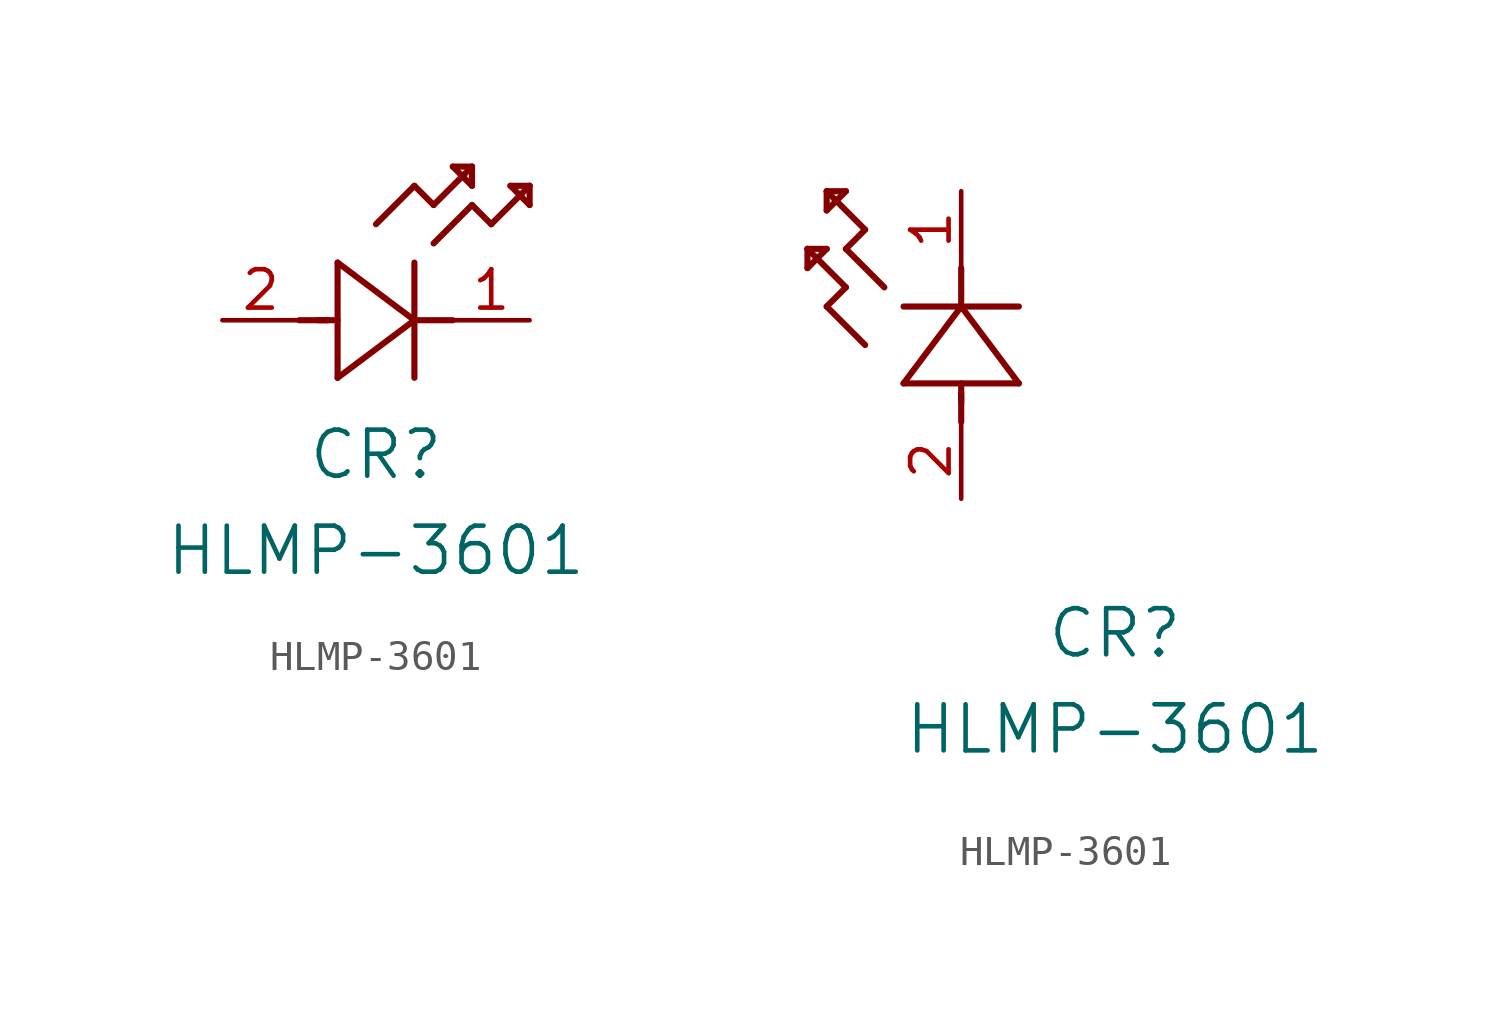
<source format=kicad_sym>
(kicad_symbol_lib
  (version 20211014)
  (generator kicad_symbol_editor)
  (symbol "HLMP-3601"
    (pin_names
      (offset 0.254))
    (property "Reference" "CR"
      (at 5.08 -4.445 0)
      (effects (font (size 1.524 1.524))))
    (property "Value" "HLMP-3601"
      (at 5.08 -7.62 0)
      (effects (font (size 1.524 1.524))))
    (symbol "HLMP-3601_1_1"
      (polyline (pts (xy 2.54 0) (xy 3.48 0)) (stroke (width 0.203) (type default) (color 0 0 0 0)) (fill (type none)))
      (polyline (pts (xy 3.81 1.905) (xy 3.81 -1.905)) (stroke (width 0.203) (type default) (color 0 0 0 0)) (fill (type none)))
      (polyline (pts (xy 3.175 0) (xy 3.81 0)) (stroke (width 0.203) (type default) (color 0 0 0 0)) (fill (type none)))
      (polyline (pts (xy 6.35 -1.905) (xy 6.35 1.905)) (stroke (width 0.203) (type default) (color 0 0 0 0)) (fill (type none)))
      (polyline (pts (xy 6.35 0) (xy 7.62 0)) (stroke (width 0.203) (type default) (color 0 0 0 0)) (fill (type none)))
      (polyline (pts (xy 6.35 4.445) (xy 6.985 3.81)) (stroke (width 0.203) (type default) (color 0 0 0 0)) (fill (type none)))
      (polyline (pts (xy 6.985 3.81) (xy 8.255 5.08)) (stroke (width 0.203) (type default) (color 0 0 0 0)) (fill (type none)))
      (polyline (pts (xy 8.255 3.81) (xy 8.89 3.175)) (stroke (width 0.203) (type default) (color 0 0 0 0)) (fill (type none)))
      (polyline (pts (xy 8.89 3.175) (xy 10.16 4.445)) (stroke (width 0.203) (type default) (color 0 0 0 0)) (fill (type none)))
      (polyline (pts (xy 8.255 5.08) (xy 7.62 5.08)) (stroke (width 0.203) (type default) (color 0 0 0 0)) (fill (type none)))
      (polyline (pts (xy 7.62 5.08) (xy 8.255 4.445)) (stroke (width 0.203) (type default) (color 0 0 0 0)) (fill (type none)))
      (polyline (pts (xy 8.255 4.445) (xy 8.255 5.08)) (stroke (width 0.203) (type default) (color 0 0 0 0)) (fill (type none)))
      (polyline (pts (xy 10.16 4.445) (xy 9.525 4.445)) (stroke (width 0.203) (type default) (color 0 0 0 0)) (fill (type none)))
      (polyline (pts (xy 9.525 4.445) (xy 10.16 3.81)) (stroke (width 0.203) (type default) (color 0 0 0 0)) (fill (type none)))
      (polyline (pts (xy 10.16 3.81) (xy 10.16 4.445)) (stroke (width 0.203) (type default) (color 0 0 0 0)) (fill (type none)))
      (polyline (pts (xy 6.985 2.54) (xy 8.255 3.81)) (stroke (width 0.203) (type default) (color 0 0 0 0)) (fill (type none)))
      (polyline (pts (xy 6.35 0) (xy 3.81 1.905)) (stroke (width 0.203) (type default) (color 0 0 0 0)) (fill (type none)))
      (polyline (pts (xy 3.81 -1.905) (xy 6.35 0)) (stroke (width 0.203) (type default) (color 0 0 0 0)) (fill (type none)))
      (polyline (pts (xy 5.08 3.175) (xy 6.35 4.445)) (stroke (width 0.203) (type default) (color 0 0 0 0)) (fill (type none)))
      (pin unspecified line (at 10.16 0 180) (length 2.54) (name "" (effects (font (size 1.27 1.27)))) (number "1" (effects (font (size 1.27 1.27)))))
      (pin unspecified line (at 0 0 0) (length 2.54) (name "" (effects (font (size 1.27 1.27)))) (number "2" (effects (font (size 1.27 1.27))))))
    (symbol "HLMP-3601_1_2"
      (polyline (pts (xy 0 2.54) (xy 0 3.48)) (stroke (width 0.203) (type default) (color 0 0 0 0)) (fill (type none)))
      (polyline (pts (xy -1.905 3.81) (xy 1.905 3.81)) (stroke (width 0.203) (type default) (color 0 0 0 0)) (fill (type none)))
      (polyline (pts (xy 0 3.175) (xy 0 3.81)) (stroke (width 0.203) (type default) (color 0 0 0 0)) (fill (type none)))
      (polyline (pts (xy 1.905 6.35) (xy -1.905 6.35)) (stroke (width 0.203) (type default) (color 0 0 0 0)) (fill (type none)))
      (polyline (pts (xy 0 6.35) (xy 0 7.62)) (stroke (width 0.203) (type default) (color 0 0 0 0)) (fill (type none)))
      (polyline (pts (xy 0 6.35) (xy -1.905 3.81)) (stroke (width 0.203) (type default) (color 0 0 0 0)) (fill (type none)))
      (polyline (pts (xy 1.905 3.81) (xy 0 6.35)) (stroke (width 0.203) (type default) (color 0 0 0 0)) (fill (type none)))
      (polyline (pts (xy -4.445 6.35) (xy -3.81 6.985)) (stroke (width 0.203) (type default) (color 0 0 0 0)) (fill (type none)))
      (polyline (pts (xy -2.54 6.985) (xy -3.81 8.255)) (stroke (width 0.203) (type default) (color 0 0 0 0)) (fill (type none)))
      (polyline (pts (xy -3.175 5.08) (xy -4.445 6.35)) (stroke (width 0.203) (type default) (color 0 0 0 0)) (fill (type none)))
      (polyline (pts (xy -4.445 10.16) (xy -4.445 9.525)) (stroke (width 0.203) (type default) (color 0 0 0 0)) (fill (type none)))
      (polyline (pts (xy -4.445 9.525) (xy -3.81 10.16)) (stroke (width 0.203) (type default) (color 0 0 0 0)) (fill (type none)))
      (polyline (pts (xy -3.81 10.16) (xy -4.445 10.16)) (stroke (width 0.203) (type default) (color 0 0 0 0)) (fill (type none)))
      (polyline (pts (xy -3.81 8.255) (xy -3.175 8.89)) (stroke (width 0.203) (type default) (color 0 0 0 0)) (fill (type none)))
      (polyline (pts (xy -3.175 8.89) (xy -4.445 10.16)) (stroke (width 0.203) (type default) (color 0 0 0 0)) (fill (type none)))
      (polyline (pts (xy -3.81 6.985) (xy -5.08 8.255)) (stroke (width 0.203) (type default) (color 0 0 0 0)) (fill (type none)))
      (polyline (pts (xy -5.08 8.255) (xy -5.08 7.62)) (stroke (width 0.203) (type default) (color 0 0 0 0)) (fill (type none)))
      (polyline (pts (xy -5.08 7.62) (xy -4.445 8.255)) (stroke (width 0.203) (type default) (color 0 0 0 0)) (fill (type none)))
      (polyline (pts (xy -4.445 8.255) (xy -5.08 8.255)) (stroke (width 0.203) (type default) (color 0 0 0 0)) (fill (type none)))
      (pin unspecified line (at 0 10.16 270) (length 2.54) (name "" (effects (font (size 1.27 1.27)))) (number "1" (effects (font (size 1.27 1.27)))))
      (pin unspecified line (at 0 0 90) (length 2.54) (name "" (effects (font (size 1.27 1.27)))) (number "2" (effects (font (size 1.27 1.27))))))))
</source>
